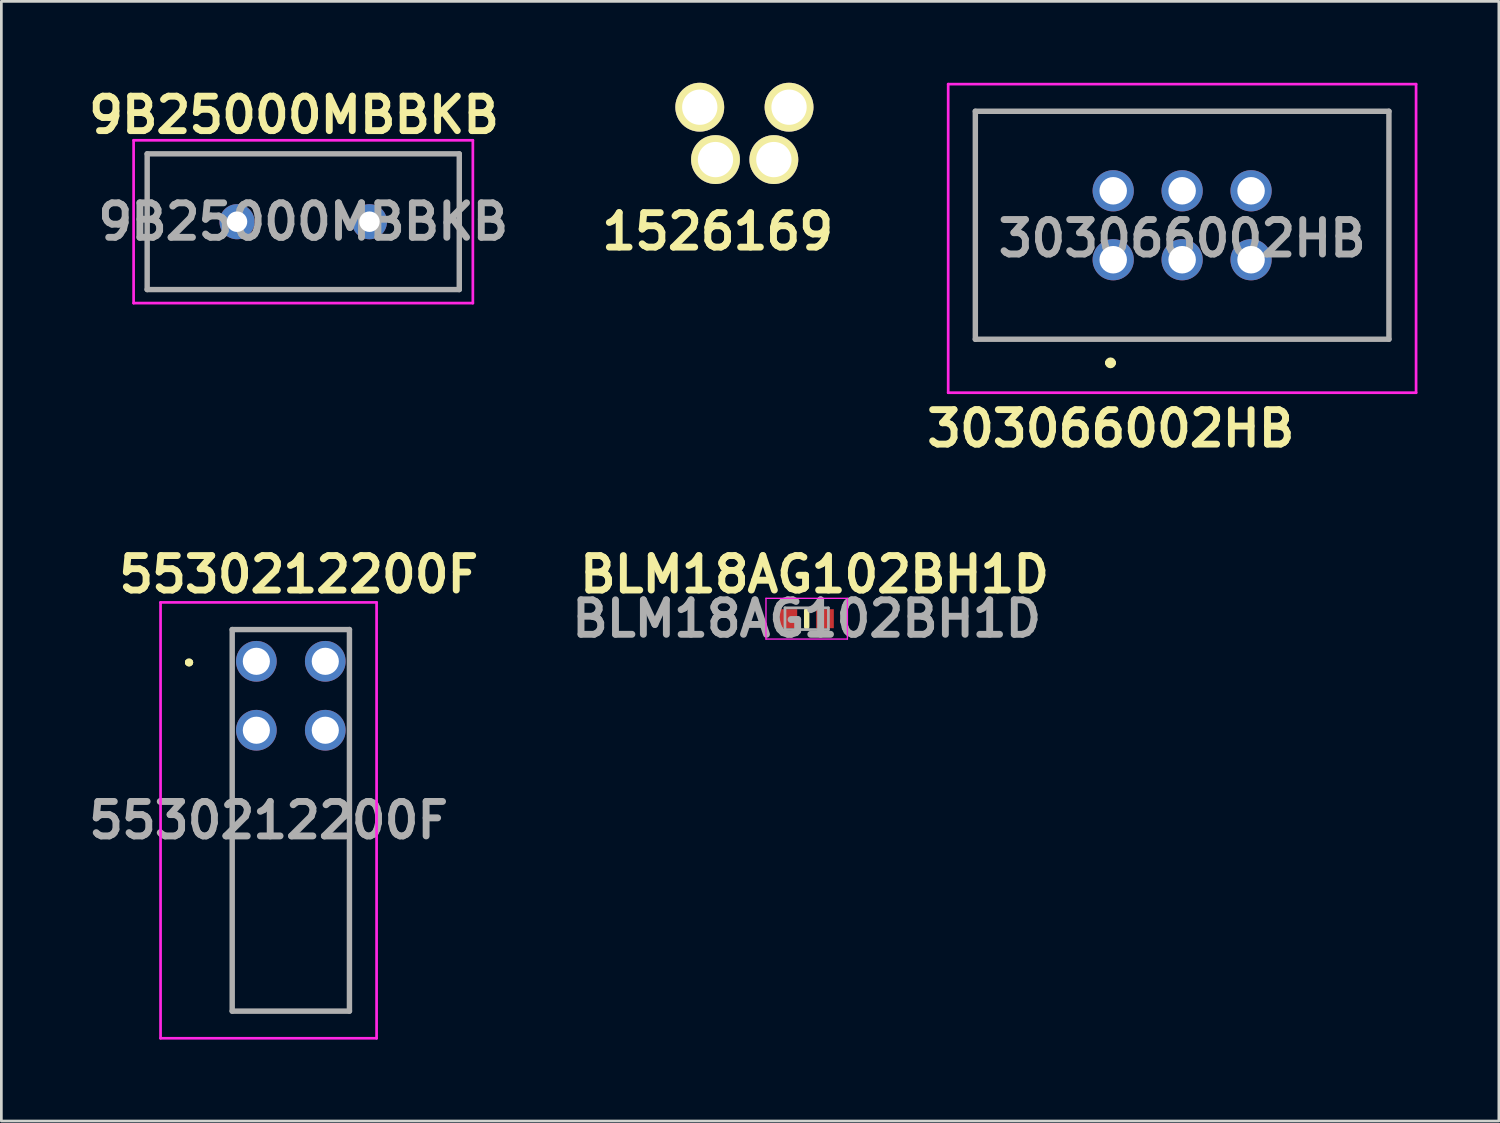
<source format=kicad_pcb>
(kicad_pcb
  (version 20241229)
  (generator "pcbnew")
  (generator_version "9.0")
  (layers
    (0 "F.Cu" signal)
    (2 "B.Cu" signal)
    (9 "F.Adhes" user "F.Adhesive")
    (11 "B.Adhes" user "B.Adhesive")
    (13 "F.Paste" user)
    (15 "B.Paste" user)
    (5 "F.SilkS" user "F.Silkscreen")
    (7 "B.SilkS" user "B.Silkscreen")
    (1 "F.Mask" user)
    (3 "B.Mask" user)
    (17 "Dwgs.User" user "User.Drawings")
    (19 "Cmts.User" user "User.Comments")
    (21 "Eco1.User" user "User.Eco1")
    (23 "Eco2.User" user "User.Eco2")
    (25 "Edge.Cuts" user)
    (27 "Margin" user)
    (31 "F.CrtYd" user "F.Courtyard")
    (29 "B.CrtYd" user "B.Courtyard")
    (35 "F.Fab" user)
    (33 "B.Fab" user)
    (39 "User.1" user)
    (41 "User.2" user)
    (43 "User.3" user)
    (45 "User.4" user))
  (footprint "5530212200F"
    (layer "F.Cu")
    (at 7.666 23.857)
    (property "Reference" "5530212200F" (at 0.29 -5.74 180) (layer "F.SilkS") (effects (font (size 1.27 1.27) (thickness 0.254))))
    (attr through_hole)
    (fp_line (start -3.8 -2.5) (end -3.8 -2.5) (stroke (width 0.2) (type solid)) (layer "F.SilkS"))
    (fp_line (start -3.8 -2.5) (end -3.8 -2.5) (stroke (width 0.2) (type solid)) (layer "F.SilkS"))
    (fp_line (start -3.7 -2.5) (end -3.7 -2.5) (stroke (width 0.2) (type solid)) (layer "F.SilkS"))
    (fp_line (start -2.16 -3.71) (end -2.16 -3.71) (stroke (width 0.1) (type solid)) (layer "F.SilkS"))
    (fp_line (start -2.16 -3.71) (end 2.16 -3.71) (stroke (width 0.1) (type solid)) (layer "F.SilkS"))
    (fp_line (start -2.16 1.25) (end -2.16 1.25) (stroke (width 0.1) (type solid)) (layer "F.SilkS"))
    (fp_line (start -2.16 1.25) (end -2.16 10.35) (stroke (width 0.1) (type solid)) (layer "F.SilkS"))
    (fp_line (start -2.16 10.35) (end -2.16 1.25) (stroke (width 0.1) (type solid)) (layer "F.SilkS"))
    (fp_line (start -2.16 10.35) (end -2.16 10.35) (stroke (width 0.1) (type solid)) (layer "F.SilkS"))
    (fp_line (start -2.16 10.35) (end -2.16 10.35) (stroke (width 0.1) (type solid)) (layer "F.SilkS"))
    (fp_line (start -2.16 10.35) (end 2.16 10.35) (stroke (width 0.1) (type solid)) (layer "F.SilkS"))
    (fp_line (start 2.16 -3.71) (end -2.16 -3.71) (stroke (width 0.1) (type solid)) (layer "F.SilkS"))
    (fp_line (start 2.16 -3.71) (end 2.16 -3.71) (stroke (width 0.1) (type solid)) (layer "F.SilkS"))
    (fp_line (start 2.16 1.25) (end 2.16 1.25) (stroke (width 0.1) (type solid)) (layer "F.SilkS"))
    (fp_line (start 2.16 1.25) (end 2.16 10.35) (stroke (width 0.1) (type solid)) (layer "F.SilkS"))
    (fp_line (start 2.16 10.35) (end -2.16 10.35) (stroke (width 0.1) (type solid)) (layer "F.SilkS"))
    (fp_line (start 2.16 10.35) (end 2.16 1.25) (stroke (width 0.1) (type solid)) (layer "F.SilkS"))
    (fp_line (start 2.16 10.35) (end 2.16 10.35) (stroke (width 0.1) (type solid)) (layer "F.SilkS"))
    (fp_line (start 2.16 10.35) (end 2.16 10.35) (stroke (width 0.1) (type solid)) (layer "F.SilkS"))
    (fp_arc (start -3.8 -2.5) (mid -3.75 -2.55) (end -3.7 -2.5) (stroke (width 0.2) (type solid)) (layer "F.SilkS"))
    (fp_arc (start -3.7 -2.5) (mid -3.75 -2.45) (end -3.8 -2.5) (stroke (width 0.2) (type solid)) (layer "F.SilkS"))
    (fp_arc (start -3.7 -2.5) (mid -3.75 -2.45) (end -3.8 -2.5) (stroke (width 0.2) (type solid)) (layer "F.SilkS"))
    (fp_line (start -4.8 -4.71) (end 3.16 -4.71) (stroke (width 0.1) (type solid)) (layer "F.CrtYd"))
    (fp_line (start -4.8 11.35) (end -4.8 -4.71) (stroke (width 0.1) (type solid)) (layer "F.CrtYd"))
    (fp_line (start 3.16 -4.71) (end 3.16 11.35) (stroke (width 0.1) (type solid)) (layer "F.CrtYd"))
    (fp_line (start 3.16 11.35) (end -4.8 11.35) (stroke (width 0.1) (type solid)) (layer "F.CrtYd"))
    (fp_line (start -2.16 -3.71) (end -2.16 10.35) (stroke (width 0.2) (type solid)) (layer "F.Fab"))
    (fp_line (start -2.16 10.35) (end 2.16 10.35) (stroke (width 0.2) (type solid)) (layer "F.Fab"))
    (fp_line (start 2.16 -3.71) (end -2.16 -3.71) (stroke (width 0.2) (type solid)) (layer "F.Fab"))
    (fp_line (start 2.16 10.35) (end 2.16 -3.71) (stroke (width 0.2) (type solid)) (layer "F.Fab"))
    (fp_text user "${REFERENCE}" (at -0.82 3.32 0) (layer "F.Fab") (effects (font (size 1.27 1.27) (thickness 0.254))))
    (pad "1" thru_hole circle (at -1.27 -2.54) (size 1.5 1.5) (drill 1) (layers "*.Cu" "*.Mask"))
    (pad "2" thru_hole circle (at -1.27 0) (size 1.5 1.5) (drill 1) (layers "*.Cu" "*.Mask"))
    (pad "3" thru_hole circle (at 1.27 0) (size 1.5 1.5) (drill 1) (layers "*.Cu" "*.Mask"))
    (pad "4" thru_hole circle (at 1.27 -2.54) (size 1.5 1.5) (drill 1) (layers "*.Cu" "*.Mask")))
  (footprint "303066002HB"
    (layer "F.Cu")
    (at 37.968 6.52)
    (property "Reference" "303066002HB" (at -0.09 6.22 0) (layer "F.SilkS") (effects (font (size 1.27 1.27) (thickness 0.254))))
    (attr through_hole)
    (fp_line (start -5.08 -5.47) (end 10.16 -5.47) (stroke (width 0.1) (type solid)) (layer "F.SilkS"))
    (fp_line (start -5.08 2.93) (end -5.08 -5.47) (stroke (width 0.1) (type solid)) (layer "F.SilkS"))
    (fp_line (start -0.2 3.8) (end -0.2 3.8) (stroke (width 0.2) (type solid)) (layer "F.SilkS"))
    (fp_line (start 0 3.8) (end 0 3.8) (stroke (width 0.2) (type solid)) (layer "F.SilkS"))
    (fp_line (start 10.16 -5.47) (end 10.16 2.93) (stroke (width 0.1) (type solid)) (layer "F.SilkS"))
    (fp_line (start 10.16 2.93) (end -5.08 2.93) (stroke (width 0.1) (type solid)) (layer "F.SilkS"))
    (fp_arc (start -0.2 3.8) (mid -0.1 3.7) (end 0 3.8) (stroke (width 0.2) (type solid)) (layer "F.SilkS"))
    (fp_arc (start 0 3.8) (mid -0.1 3.9) (end -0.2 3.8) (stroke (width 0.2) (type solid)) (layer "F.SilkS"))
    (fp_line (start -6.08 -6.47) (end 11.16 -6.47) (stroke (width 0.1) (type solid)) (layer "F.CrtYd"))
    (fp_line (start -6.08 4.9) (end -6.08 -6.47) (stroke (width 0.1) (type solid)) (layer "F.CrtYd"))
    (fp_line (start 11.16 -6.47) (end 11.16 4.9) (stroke (width 0.1) (type solid)) (layer "F.CrtYd"))
    (fp_line (start 11.16 4.9) (end -6.08 4.9) (stroke (width 0.1) (type solid)) (layer "F.CrtYd"))
    (fp_line (start -5.08 -5.47) (end 10.16 -5.47) (stroke (width 0.2) (type solid)) (layer "F.Fab"))
    (fp_line (start -5.08 2.93) (end -5.08 -5.47) (stroke (width 0.2) (type solid)) (layer "F.Fab"))
    (fp_line (start 10.16 -5.47) (end 10.16 2.93) (stroke (width 0.2) (type solid)) (layer "F.Fab"))
    (fp_line (start 10.16 2.93) (end -5.08 2.93) (stroke (width 0.2) (type solid)) (layer "F.Fab"))
    (fp_text user "${REFERENCE}" (at 2.54 -0.785 0) (layer "F.Fab") (effects (font (size 1.27 1.27) (thickness 0.254))))
    (pad "1" thru_hole circle (at 0 0) (size 1.519 1.519) (drill 1.013) (layers "*.Cu" "*.Mask"))
    (pad "2" thru_hole circle (at 0 -2.54) (size 1.519 1.519) (drill 1.013) (layers "*.Cu" "*.Mask"))
    (pad "3" thru_hole circle (at 2.54 0) (size 1.519 1.519) (drill 1.013) (layers "*.Cu" "*.Mask"))
    (pad "4" thru_hole circle (at 2.54 -2.54) (size 1.519 1.519) (drill 1.013) (layers "*.Cu" "*.Mask"))
    (pad "5" thru_hole circle (at 5.08 0) (size 1.519 1.519) (drill 1.013) (layers "*.Cu" "*.Mask"))
    (pad "6" thru_hole circle (at 5.08 -2.54) (size 1.519 1.519) (drill 1.013) (layers "*.Cu" "*.Mask")))
  (footprint "9B25000MBBKB"
    (layer "F.Cu")
    (at 5.683 5.119)
    (property "Reference" "9B25000MBBKB" (at 2.1 -3.93 0) (layer "F.SilkS") (effects (font (size 1.27 1.27) (thickness 0.254))))
    (attr through_hole)
    (fp_line (start -3.31 -2.5) (end 8.19 -2.5) (stroke (width 0.1) (type solid)) (layer "F.SilkS"))
    (fp_line (start -3.31 2.5) (end -3.31 -2.5) (stroke (width 0.1) (type solid)) (layer "F.SilkS"))
    (fp_line (start 8.19 -2.5) (end 8.19 2.5) (stroke (width 0.1) (type solid)) (layer "F.SilkS"))
    (fp_line (start 8.19 2.5) (end -3.31 2.5) (stroke (width 0.1) (type solid)) (layer "F.SilkS"))
    (fp_line (start -3.81 -3) (end 8.69 -3) (stroke (width 0.1) (type solid)) (layer "F.CrtYd"))
    (fp_line (start -3.81 3) (end -3.81 -3) (stroke (width 0.1) (type solid)) (layer "F.CrtYd"))
    (fp_line (start 8.69 -3) (end 8.69 3) (stroke (width 0.1) (type solid)) (layer "F.CrtYd"))
    (fp_line (start 8.69 3) (end -3.81 3) (stroke (width 0.1) (type solid)) (layer "F.CrtYd"))
    (fp_line (start -3.31 -2.5) (end 8.19 -2.5) (stroke (width 0.2) (type solid)) (layer "F.Fab"))
    (fp_line (start -3.31 2.5) (end -3.31 -2.5) (stroke (width 0.2) (type solid)) (layer "F.Fab"))
    (fp_line (start 8.19 -2.5) (end 8.19 2.5) (stroke (width 0.2) (type solid)) (layer "F.Fab"))
    (fp_line (start 8.19 2.5) (end -3.31 2.5) (stroke (width 0.2) (type solid)) (layer "F.Fab"))
    (fp_text user "${REFERENCE}" (at 2.44 0 0) (layer "F.Fab") (effects (font (size 1.27 1.27) (thickness 0.254))))
    (pad "1" thru_hole circle (at 0 0) (size 1.294 1.294) (drill 0.755) (layers "*.Cu" "*.Mask"))
    (pad "2" thru_hole circle (at 4.88 0) (size 1.294 1.294) (drill 0.755) (layers "*.Cu" "*.Mask")))
  (footprint "1526169"
    (layer "F.Cu")
    (at 23.394 5.48)
    (property "Reference" "1526169" (at 0 0 0) (layer "F.SilkS") (effects (font (size 1.27 1.27) (thickness 0.254))))
    (attr through_hole)
    (pad "1" thru_hole circle (at -0.08 -2.65 90) (size 1.8 1.8) (drill 1.3) (layers "*.Cu" "*.Mask" "F.SilkS"))
    (pad "2" thru_hole circle (at 2.07 -2.65 90) (size 1.8 1.8) (drill 1.3) (layers "*.Cu" "*.Mask" "F.SilkS"))
    (pad "3" thru_hole circle (at -0.66 -4.58 90) (size 1.8 1.8) (drill 1.3) (layers "*.Cu" "*.Mask" "F.SilkS"))
    (pad "4" thru_hole circle (at 2.63 -4.58 90) (size 1.8 1.8) (drill 1.3) (layers "*.Cu" "*.Mask" "F.SilkS")))
  (footprint "BLM18AG102BH1D"
    (layer "F.Cu")
    (at 26.674 19.747)
    (property "Reference" "BLM18AG102BH1D" (at 0.29 -1.63 0) (layer "F.SilkS") (effects (font (size 1.27 1.27) (thickness 0.254))))
    (attr smd)
    (fp_line (start 0 -0.3) (end 0 0.3) (stroke (width 0.2) (type solid)) (layer "F.SilkS"))
    (fp_line (start -1.5 -0.75) (end 1.5 -0.75) (stroke (width 0.05) (type solid)) (layer "F.CrtYd"))
    (fp_line (start -1.5 0.75) (end -1.5 -0.75) (stroke (width 0.05) (type solid)) (layer "F.CrtYd"))
    (fp_line (start 1.5 -0.75) (end 1.5 0.75) (stroke (width 0.05) (type solid)) (layer "F.CrtYd"))
    (fp_line (start 1.5 0.75) (end -1.5 0.75) (stroke (width 0.05) (type solid)) (layer "F.CrtYd"))
    (fp_line (start -0.8 -0.4) (end 0.8 -0.4) (stroke (width 0.1) (type solid)) (layer "F.Fab"))
    (fp_line (start -0.8 0.4) (end -0.8 -0.4) (stroke (width 0.1) (type solid)) (layer "F.Fab"))
    (fp_line (start 0.8 -0.4) (end 0.8 0.4) (stroke (width 0.1) (type solid)) (layer "F.Fab"))
    (fp_line (start 0.8 0.4) (end -0.8 0.4) (stroke (width 0.1) (type solid)) (layer "F.Fab"))
    (fp_text user "${REFERENCE}" (at 0 0 0) (layer "F.Fab") (effects (font (size 1.27 1.27) (thickness 0.254))))
    (pad "1" smd rect (at -0.675 0) (size 0.65 0.7) (layers "F.Cu" "F.Mask" "F.Paste"))
    (pad "2" smd rect (at 0.675 0) (size 0.65 0.7) (layers "F.Cu" "F.Mask" "F.Paste")))
  (gr_rect
    (start -3 -3)
    (end 52.178 38.257)
    (stroke (width 0.1) (type default))
    (fill no)
    (layer "Edge.Cuts")))
</source>
